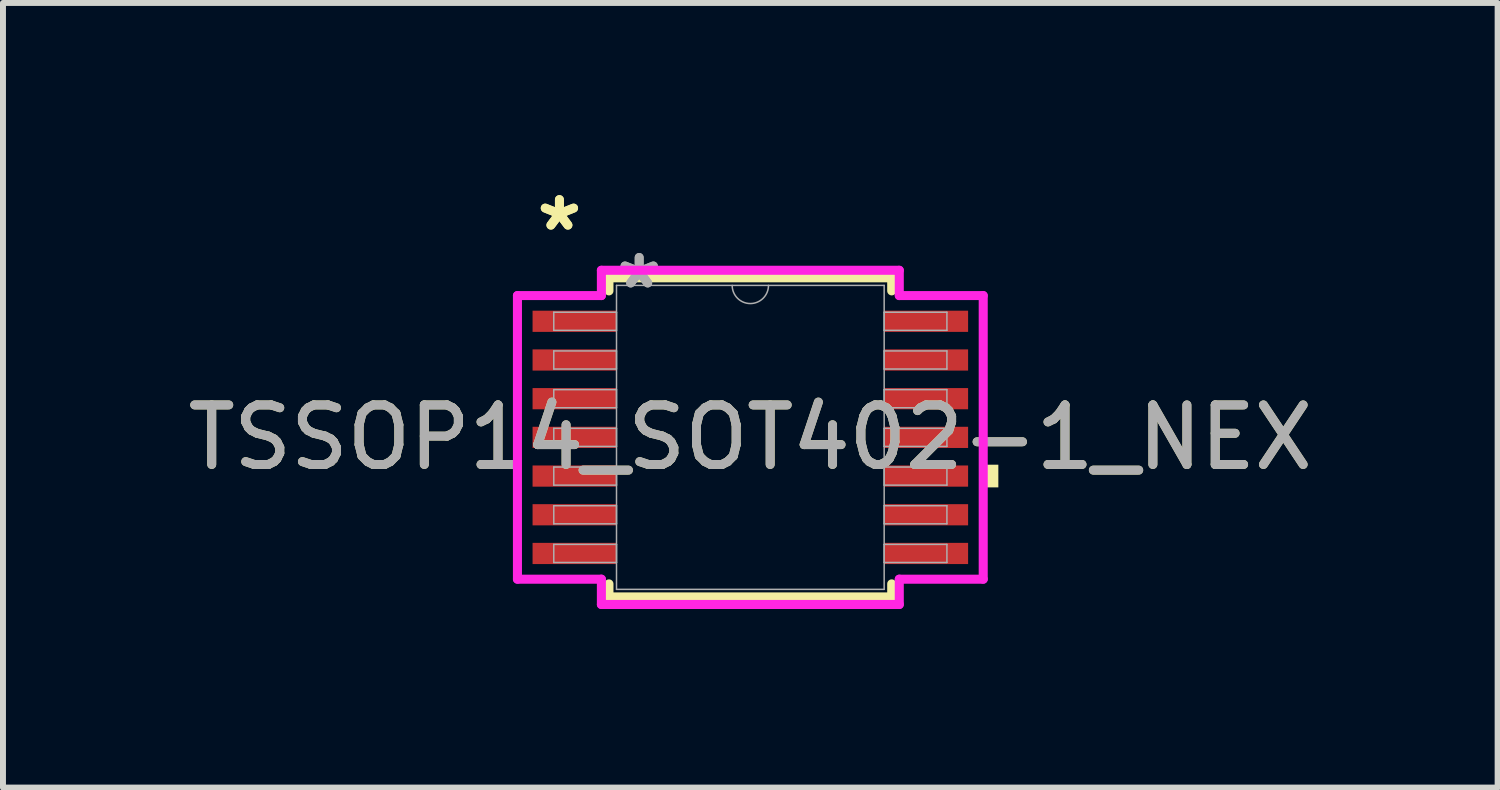
<source format=kicad_pcb>
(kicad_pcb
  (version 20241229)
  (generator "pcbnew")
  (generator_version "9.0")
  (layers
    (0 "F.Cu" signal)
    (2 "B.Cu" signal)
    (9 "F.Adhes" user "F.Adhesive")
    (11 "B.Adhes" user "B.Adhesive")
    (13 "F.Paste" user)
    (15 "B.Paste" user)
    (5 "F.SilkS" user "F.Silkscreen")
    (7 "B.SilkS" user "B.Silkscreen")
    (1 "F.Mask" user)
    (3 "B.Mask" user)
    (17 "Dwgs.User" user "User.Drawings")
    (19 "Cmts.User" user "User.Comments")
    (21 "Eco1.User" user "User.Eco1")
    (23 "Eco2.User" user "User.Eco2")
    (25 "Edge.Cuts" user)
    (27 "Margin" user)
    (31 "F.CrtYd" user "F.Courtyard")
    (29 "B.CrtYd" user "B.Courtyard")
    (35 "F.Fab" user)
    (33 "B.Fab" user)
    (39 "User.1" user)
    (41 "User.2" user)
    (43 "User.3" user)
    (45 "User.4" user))
  (footprint "TSSOP14_SOT402-1_NEX"
    (layer "F.Cu")
    (at 9.554 4.297)
    (property "Reference" "TSSOP14_SOT402-1_NEX" (at 0 0 0) (unlocked yes) (layer "F.SilkS") (effects (font (size 1 1) (thickness 0.15))))
    (attr smd)
    (fp_line (start -2.375 -2.68) (end -2.375 -2.461) (stroke (width 0.152) (type solid)) (layer "F.SilkS"))
    (fp_line (start -2.375 2.461) (end -2.375 2.68) (stroke (width 0.152) (type solid)) (layer "F.SilkS"))
    (fp_line (start -2.375 2.68) (end 2.375 2.68) (stroke (width 0.152) (type solid)) (layer "F.SilkS"))
    (fp_line (start 2.375 -2.68) (end -2.375 -2.68) (stroke (width 0.152) (type solid)) (layer "F.SilkS"))
    (fp_line (start 2.375 -2.461) (end 2.375 -2.68) (stroke (width 0.152) (type solid)) (layer "F.SilkS"))
    (fp_line (start 2.375 2.68) (end 2.375 2.461) (stroke (width 0.152) (type solid)) (layer "F.SilkS"))
    (fp_poly (pts (xy 4.166 0.459) (xy 4.166 0.84) (xy 3.912 0.84) (xy 3.912 0.459)) (stroke (width 0) (type solid)) (fill yes) (layer "F.SilkS"))
    (fp_line (start -3.912 -2.382) (end -2.502 -2.382) (stroke (width 0.152) (type solid)) (layer "F.CrtYd"))
    (fp_line (start -3.912 2.382) (end -3.912 -2.382) (stroke (width 0.152) (type solid)) (layer "F.CrtYd"))
    (fp_line (start -3.912 2.382) (end -2.502 2.382) (stroke (width 0.152) (type solid)) (layer "F.CrtYd"))
    (fp_line (start -2.502 -2.807) (end 2.502 -2.807) (stroke (width 0.152) (type solid)) (layer "F.CrtYd"))
    (fp_line (start -2.502 -2.382) (end -2.502 -2.807) (stroke (width 0.152) (type solid)) (layer "F.CrtYd"))
    (fp_line (start -2.502 2.807) (end -2.502 2.382) (stroke (width 0.152) (type solid)) (layer "F.CrtYd"))
    (fp_line (start 2.502 -2.807) (end 2.502 -2.382) (stroke (width 0.152) (type solid)) (layer "F.CrtYd"))
    (fp_line (start 2.502 2.382) (end 2.502 2.807) (stroke (width 0.152) (type solid)) (layer "F.CrtYd"))
    (fp_line (start 2.502 2.807) (end -2.502 2.807) (stroke (width 0.152) (type solid)) (layer "F.CrtYd"))
    (fp_line (start 3.912 -2.382) (end 2.502 -2.382) (stroke (width 0.152) (type solid)) (layer "F.CrtYd"))
    (fp_line (start 3.912 -2.382) (end 3.912 2.382) (stroke (width 0.152) (type solid)) (layer "F.CrtYd"))
    (fp_line (start 3.912 2.382) (end 2.502 2.382) (stroke (width 0.152) (type solid)) (layer "F.CrtYd"))
    (fp_line (start -3.302 -2.102) (end -3.302 -1.798) (stroke (width 0.025) (type solid)) (layer "F.Fab"))
    (fp_line (start -3.302 -1.798) (end -2.248 -1.798) (stroke (width 0.025) (type solid)) (layer "F.Fab"))
    (fp_line (start -3.302 -1.452) (end -3.302 -1.148) (stroke (width 0.025) (type solid)) (layer "F.Fab"))
    (fp_line (start -3.302 -1.148) (end -2.248 -1.148) (stroke (width 0.025) (type solid)) (layer "F.Fab"))
    (fp_line (start -3.302 -0.802) (end -3.302 -0.498) (stroke (width 0.025) (type solid)) (layer "F.Fab"))
    (fp_line (start -3.302 -0.498) (end -2.248 -0.498) (stroke (width 0.025) (type solid)) (layer "F.Fab"))
    (fp_line (start -3.302 -0.152) (end -3.302 0.152) (stroke (width 0.025) (type solid)) (layer "F.Fab"))
    (fp_line (start -3.302 0.152) (end -2.248 0.152) (stroke (width 0.025) (type solid)) (layer "F.Fab"))
    (fp_line (start -3.302 0.498) (end -3.302 0.802) (stroke (width 0.025) (type solid)) (layer "F.Fab"))
    (fp_line (start -3.302 0.802) (end -2.248 0.802) (stroke (width 0.025) (type solid)) (layer "F.Fab"))
    (fp_line (start -3.302 1.148) (end -3.302 1.452) (stroke (width 0.025) (type solid)) (layer "F.Fab"))
    (fp_line (start -3.302 1.452) (end -2.248 1.452) (stroke (width 0.025) (type solid)) (layer "F.Fab"))
    (fp_line (start -3.302 1.798) (end -3.302 2.102) (stroke (width 0.025) (type solid)) (layer "F.Fab"))
    (fp_line (start -3.302 2.102) (end -2.248 2.102) (stroke (width 0.025) (type solid)) (layer "F.Fab"))
    (fp_line (start -2.248 -2.553) (end -2.248 2.553) (stroke (width 0.025) (type solid)) (layer "F.Fab"))
    (fp_line (start -2.248 -2.102) (end -3.302 -2.102) (stroke (width 0.025) (type solid)) (layer "F.Fab"))
    (fp_line (start -2.248 -1.798) (end -2.248 -2.102) (stroke (width 0.025) (type solid)) (layer "F.Fab"))
    (fp_line (start -2.248 -1.452) (end -3.302 -1.452) (stroke (width 0.025) (type solid)) (layer "F.Fab"))
    (fp_line (start -2.248 -1.148) (end -2.248 -1.452) (stroke (width 0.025) (type solid)) (layer "F.Fab"))
    (fp_line (start -2.248 -0.802) (end -3.302 -0.802) (stroke (width 0.025) (type solid)) (layer "F.Fab"))
    (fp_line (start -2.248 -0.498) (end -2.248 -0.802) (stroke (width 0.025) (type solid)) (layer "F.Fab"))
    (fp_line (start -2.248 -0.152) (end -3.302 -0.152) (stroke (width 0.025) (type solid)) (layer "F.Fab"))
    (fp_line (start -2.248 0.152) (end -2.248 -0.152) (stroke (width 0.025) (type solid)) (layer "F.Fab"))
    (fp_line (start -2.248 0.498) (end -3.302 0.498) (stroke (width 0.025) (type solid)) (layer "F.Fab"))
    (fp_line (start -2.248 0.802) (end -2.248 0.498) (stroke (width 0.025) (type solid)) (layer "F.Fab"))
    (fp_line (start -2.248 1.148) (end -3.302 1.148) (stroke (width 0.025) (type solid)) (layer "F.Fab"))
    (fp_line (start -2.248 1.452) (end -2.248 1.148) (stroke (width 0.025) (type solid)) (layer "F.Fab"))
    (fp_line (start -2.248 1.798) (end -3.302 1.798) (stroke (width 0.025) (type solid)) (layer "F.Fab"))
    (fp_line (start -2.248 2.102) (end -2.248 1.798) (stroke (width 0.025) (type solid)) (layer "F.Fab"))
    (fp_line (start -2.248 2.553) (end 2.248 2.553) (stroke (width 0.025) (type solid)) (layer "F.Fab"))
    (fp_line (start 2.248 -2.553) (end -2.248 -2.553) (stroke (width 0.025) (type solid)) (layer "F.Fab"))
    (fp_line (start 2.248 -2.102) (end 2.248 -1.798) (stroke (width 0.025) (type solid)) (layer "F.Fab"))
    (fp_line (start 2.248 -1.798) (end 3.302 -1.798) (stroke (width 0.025) (type solid)) (layer "F.Fab"))
    (fp_line (start 2.248 -1.452) (end 2.248 -1.148) (stroke (width 0.025) (type solid)) (layer "F.Fab"))
    (fp_line (start 2.248 -1.148) (end 3.302 -1.148) (stroke (width 0.025) (type solid)) (layer "F.Fab"))
    (fp_line (start 2.248 -0.802) (end 2.248 -0.498) (stroke (width 0.025) (type solid)) (layer "F.Fab"))
    (fp_line (start 2.248 -0.498) (end 3.302 -0.498) (stroke (width 0.025) (type solid)) (layer "F.Fab"))
    (fp_line (start 2.248 -0.152) (end 2.248 0.152) (stroke (width 0.025) (type solid)) (layer "F.Fab"))
    (fp_line (start 2.248 0.152) (end 3.302 0.152) (stroke (width 0.025) (type solid)) (layer "F.Fab"))
    (fp_line (start 2.248 0.498) (end 2.248 0.802) (stroke (width 0.025) (type solid)) (layer "F.Fab"))
    (fp_line (start 2.248 0.802) (end 3.302 0.802) (stroke (width 0.025) (type solid)) (layer "F.Fab"))
    (fp_line (start 2.248 1.148) (end 2.248 1.452) (stroke (width 0.025) (type solid)) (layer "F.Fab"))
    (fp_line (start 2.248 1.452) (end 3.302 1.452) (stroke (width 0.025) (type solid)) (layer "F.Fab"))
    (fp_line (start 2.248 1.798) (end 2.248 2.102) (stroke (width 0.025) (type solid)) (layer "F.Fab"))
    (fp_line (start 2.248 2.102) (end 3.302 2.102) (stroke (width 0.025) (type solid)) (layer "F.Fab"))
    (fp_line (start 2.248 2.553) (end 2.248 -2.553) (stroke (width 0.025) (type solid)) (layer "F.Fab"))
    (fp_line (start 3.302 -2.102) (end 2.248 -2.102) (stroke (width 0.025) (type solid)) (layer "F.Fab"))
    (fp_line (start 3.302 -1.798) (end 3.302 -2.102) (stroke (width 0.025) (type solid)) (layer "F.Fab"))
    (fp_line (start 3.302 -1.452) (end 2.248 -1.452) (stroke (width 0.025) (type solid)) (layer "F.Fab"))
    (fp_line (start 3.302 -1.148) (end 3.302 -1.452) (stroke (width 0.025) (type solid)) (layer "F.Fab"))
    (fp_line (start 3.302 -0.802) (end 2.248 -0.802) (stroke (width 0.025) (type solid)) (layer "F.Fab"))
    (fp_line (start 3.302 -0.498) (end 3.302 -0.802) (stroke (width 0.025) (type solid)) (layer "F.Fab"))
    (fp_line (start 3.302 -0.152) (end 2.248 -0.152) (stroke (width 0.025) (type solid)) (layer "F.Fab"))
    (fp_line (start 3.302 0.152) (end 3.302 -0.152) (stroke (width 0.025) (type solid)) (layer "F.Fab"))
    (fp_line (start 3.302 0.498) (end 2.248 0.498) (stroke (width 0.025) (type solid)) (layer "F.Fab"))
    (fp_line (start 3.302 0.802) (end 3.302 0.498) (stroke (width 0.025) (type solid)) (layer "F.Fab"))
    (fp_line (start 3.302 1.148) (end 2.248 1.148) (stroke (width 0.025) (type solid)) (layer "F.Fab"))
    (fp_line (start 3.302 1.452) (end 3.302 1.148) (stroke (width 0.025) (type solid)) (layer "F.Fab"))
    (fp_line (start 3.302 1.798) (end 2.248 1.798) (stroke (width 0.025) (type solid)) (layer "F.Fab"))
    (fp_line (start 3.302 2.102) (end 3.302 1.798) (stroke (width 0.025) (type solid)) (layer "F.Fab"))
    (fp_arc (start 0.3048 -2.5527) (mid 0 -2.2479) (end -0.3048 -2.5527) (stroke (width 0.0254) (type solid)) (layer "F.Fab"))
    (fp_text user "*" (at -3.207 -3.449 0) (layer "F.SilkS") (effects (font (size 1 1) (thickness 0.15))))
    (fp_text user "*" (at -3.207 -3.449 0) (unlocked yes) (layer "F.SilkS") (effects (font (size 1 1) (thickness 0.15))))
    (fp_text user "${REFERENCE}" (at 0 0 0) (unlocked yes) (layer "F.Fab") (effects (font (size 1 1) (thickness 0.15))))
    (fp_text user "*" (at -1.867 -2.477 0) (unlocked yes) (layer "F.Fab") (effects (font (size 1 1) (thickness 0.15))))
    (fp_text user "*" (at -1.867 -2.477 0) (layer "F.Fab") (effects (font (size 1 1) (thickness 0.15))))
    (pad "1" smd rect (at -2.953 -1.95) (size 1.41 0.356) (layers "F.Cu" "F.Mask" "F.Paste"))
    (pad "2" smd rect (at -2.953 -1.3) (size 1.41 0.356) (layers "F.Cu" "F.Mask" "F.Paste"))
    (pad "3" smd rect (at -2.953 -0.65) (size 1.41 0.356) (layers "F.Cu" "F.Mask" "F.Paste"))
    (pad "4" smd rect (at -2.953 0) (size 1.41 0.356) (layers "F.Cu" "F.Mask" "F.Paste"))
    (pad "5" smd rect (at -2.953 0.65) (size 1.41 0.356) (layers "F.Cu" "F.Mask" "F.Paste"))
    (pad "6" smd rect (at -2.953 1.3) (size 1.41 0.356) (layers "F.Cu" "F.Mask" "F.Paste"))
    (pad "7" smd rect (at -2.953 1.95) (size 1.41 0.356) (layers "F.Cu" "F.Mask" "F.Paste"))
    (pad "8" smd rect (at 2.953 1.95) (size 1.41 0.356) (layers "F.Cu" "F.Mask" "F.Paste"))
    (pad "9" smd rect (at 2.953 1.3) (size 1.41 0.356) (layers "F.Cu" "F.Mask" "F.Paste"))
    (pad "10" smd rect (at 2.953 0.65) (size 1.41 0.356) (layers "F.Cu" "F.Mask" "F.Paste"))
    (pad "11" smd rect (at 2.953 0) (size 1.41 0.356) (layers "F.Cu" "F.Mask" "F.Paste"))
    (pad "12" smd rect (at 2.953 -0.65) (size 1.41 0.356) (layers "F.Cu" "F.Mask" "F.Paste"))
    (pad "13" smd rect (at 2.953 -1.3) (size 1.41 0.356) (layers "F.Cu" "F.Mask" "F.Paste"))
    (pad "14" smd rect (at 2.953 -1.95) (size 1.41 0.356) (layers "F.Cu" "F.Mask" "F.Paste")))
  (gr_rect
    (start -3 -3)
    (end 22.107 10.18)
    (stroke (width 0.1) (type default))
    (fill no)
    (layer "Edge.Cuts")))
</source>
